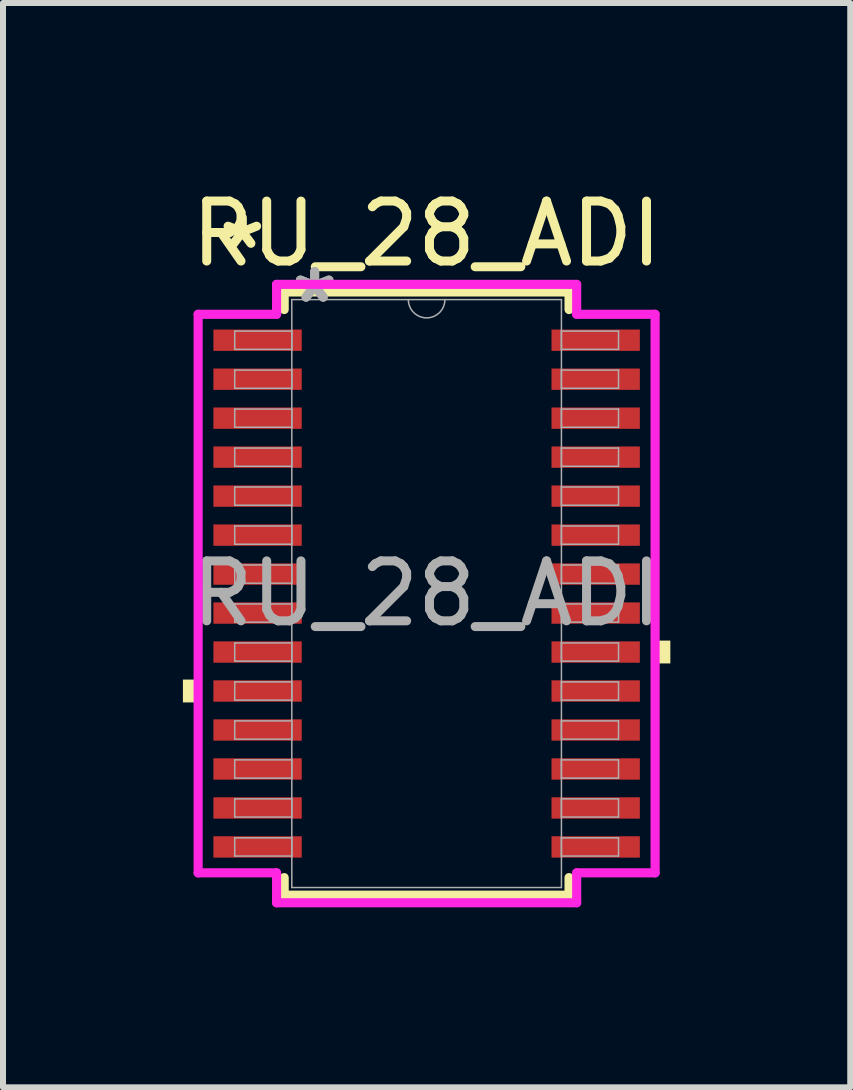
<source format=kicad_pcb>
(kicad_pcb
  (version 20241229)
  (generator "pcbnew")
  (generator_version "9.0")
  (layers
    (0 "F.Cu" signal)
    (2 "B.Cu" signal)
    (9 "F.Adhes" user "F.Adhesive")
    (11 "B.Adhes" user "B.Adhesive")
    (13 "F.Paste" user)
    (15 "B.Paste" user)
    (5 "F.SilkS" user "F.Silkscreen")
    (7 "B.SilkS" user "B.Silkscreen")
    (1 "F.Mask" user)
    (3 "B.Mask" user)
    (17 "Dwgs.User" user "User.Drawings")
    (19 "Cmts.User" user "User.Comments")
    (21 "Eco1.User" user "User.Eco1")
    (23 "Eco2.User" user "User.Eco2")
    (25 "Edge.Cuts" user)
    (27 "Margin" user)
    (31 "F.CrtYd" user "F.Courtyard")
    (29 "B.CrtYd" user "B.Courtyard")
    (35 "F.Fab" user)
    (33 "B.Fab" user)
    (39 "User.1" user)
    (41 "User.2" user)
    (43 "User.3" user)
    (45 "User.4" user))
  (footprint "RU_28_ADI"
    (layer "F.Cu")
    (at 4.064 6.848)
    (property "Reference" "RU_28_ADI" (at 0 -6 0) (unlocked yes) (layer "F.SilkS") (effects (font (size 1 1) (thickness 0.15))))
    (attr smd)
    (fp_line (start -2.375 -5.029) (end -2.375 -4.736) (stroke (width 0.152) (type solid)) (layer "F.SilkS"))
    (fp_line (start -2.375 4.736) (end -2.375 5.029) (stroke (width 0.152) (type solid)) (layer "F.SilkS"))
    (fp_line (start -2.375 5.029) (end 2.375 5.029) (stroke (width 0.152) (type solid)) (layer "F.SilkS"))
    (fp_line (start 2.375 -5.029) (end -2.375 -5.029) (stroke (width 0.152) (type solid)) (layer "F.SilkS"))
    (fp_line (start 2.375 -4.736) (end 2.375 -5.029) (stroke (width 0.152) (type solid)) (layer "F.SilkS"))
    (fp_line (start 2.375 5.029) (end 2.375 4.736) (stroke (width 0.152) (type solid)) (layer "F.SilkS"))
    (fp_poly (pts (xy -4.064 1.434) (xy -4.064 1.815) (xy -3.81 1.815) (xy -3.81 1.434)) (stroke (width 0) (type solid)) (fill yes) (layer "F.SilkS"))
    (fp_poly (pts (xy 4.064 0.784) (xy 4.064 1.165) (xy 3.81 1.165) (xy 3.81 0.784)) (stroke (width 0) (type solid)) (fill yes) (layer "F.SilkS"))
    (fp_line (start -3.81 -4.657) (end -2.502 -4.657) (stroke (width 0.152) (type solid)) (layer "F.CrtYd"))
    (fp_line (start -3.81 4.657) (end -3.81 -4.657) (stroke (width 0.152) (type solid)) (layer "F.CrtYd"))
    (fp_line (start -3.81 4.657) (end -2.502 4.657) (stroke (width 0.152) (type solid)) (layer "F.CrtYd"))
    (fp_line (start -2.502 -5.156) (end 2.502 -5.156) (stroke (width 0.152) (type solid)) (layer "F.CrtYd"))
    (fp_line (start -2.502 -4.657) (end -2.502 -5.156) (stroke (width 0.152) (type solid)) (layer "F.CrtYd"))
    (fp_line (start -2.502 5.156) (end -2.502 4.657) (stroke (width 0.152) (type solid)) (layer "F.CrtYd"))
    (fp_line (start 2.502 -5.156) (end 2.502 -4.657) (stroke (width 0.152) (type solid)) (layer "F.CrtYd"))
    (fp_line (start 2.502 4.657) (end 2.502 5.156) (stroke (width 0.152) (type solid)) (layer "F.CrtYd"))
    (fp_line (start 2.502 5.156) (end -2.502 5.156) (stroke (width 0.152) (type solid)) (layer "F.CrtYd"))
    (fp_line (start 3.81 -4.657) (end 2.502 -4.657) (stroke (width 0.152) (type solid)) (layer "F.CrtYd"))
    (fp_line (start 3.81 -4.657) (end 3.81 4.657) (stroke (width 0.152) (type solid)) (layer "F.CrtYd"))
    (fp_line (start 3.81 4.657) (end 2.502 4.657) (stroke (width 0.152) (type solid)) (layer "F.CrtYd"))
    (fp_line (start -3.2 -4.377) (end -3.2 -4.073) (stroke (width 0.025) (type solid)) (layer "F.Fab"))
    (fp_line (start -3.2 -4.073) (end -2.248 -4.073) (stroke (width 0.025) (type solid)) (layer "F.Fab"))
    (fp_line (start -3.2 -3.727) (end -3.2 -3.423) (stroke (width 0.025) (type solid)) (layer "F.Fab"))
    (fp_line (start -3.2 -3.423) (end -2.248 -3.423) (stroke (width 0.025) (type solid)) (layer "F.Fab"))
    (fp_line (start -3.2 -3.077) (end -3.2 -2.773) (stroke (width 0.025) (type solid)) (layer "F.Fab"))
    (fp_line (start -3.2 -2.773) (end -2.248 -2.773) (stroke (width 0.025) (type solid)) (layer "F.Fab"))
    (fp_line (start -3.2 -2.427) (end -3.2 -2.123) (stroke (width 0.025) (type solid)) (layer "F.Fab"))
    (fp_line (start -3.2 -2.123) (end -2.248 -2.123) (stroke (width 0.025) (type solid)) (layer "F.Fab"))
    (fp_line (start -3.2 -1.777) (end -3.2 -1.473) (stroke (width 0.025) (type solid)) (layer "F.Fab"))
    (fp_line (start -3.2 -1.473) (end -2.248 -1.473) (stroke (width 0.025) (type solid)) (layer "F.Fab"))
    (fp_line (start -3.2 -1.127) (end -3.2 -0.823) (stroke (width 0.025) (type solid)) (layer "F.Fab"))
    (fp_line (start -3.2 -0.823) (end -2.248 -0.823) (stroke (width 0.025) (type solid)) (layer "F.Fab"))
    (fp_line (start -3.2 -0.477) (end -3.2 -0.173) (stroke (width 0.025) (type solid)) (layer "F.Fab"))
    (fp_line (start -3.2 -0.173) (end -2.248 -0.173) (stroke (width 0.025) (type solid)) (layer "F.Fab"))
    (fp_line (start -3.2 0.173) (end -3.2 0.477) (stroke (width 0.025) (type solid)) (layer "F.Fab"))
    (fp_line (start -3.2 0.477) (end -2.248 0.477) (stroke (width 0.025) (type solid)) (layer "F.Fab"))
    (fp_line (start -3.2 0.823) (end -3.2 1.127) (stroke (width 0.025) (type solid)) (layer "F.Fab"))
    (fp_line (start -3.2 1.127) (end -2.248 1.127) (stroke (width 0.025) (type solid)) (layer "F.Fab"))
    (fp_line (start -3.2 1.473) (end -3.2 1.777) (stroke (width 0.025) (type solid)) (layer "F.Fab"))
    (fp_line (start -3.2 1.777) (end -2.248 1.777) (stroke (width 0.025) (type solid)) (layer "F.Fab"))
    (fp_line (start -3.2 2.123) (end -3.2 2.427) (stroke (width 0.025) (type solid)) (layer "F.Fab"))
    (fp_line (start -3.2 2.427) (end -2.248 2.427) (stroke (width 0.025) (type solid)) (layer "F.Fab"))
    (fp_line (start -3.2 2.773) (end -3.2 3.077) (stroke (width 0.025) (type solid)) (layer "F.Fab"))
    (fp_line (start -3.2 3.077) (end -2.248 3.077) (stroke (width 0.025) (type solid)) (layer "F.Fab"))
    (fp_line (start -3.2 3.423) (end -3.2 3.727) (stroke (width 0.025) (type solid)) (layer "F.Fab"))
    (fp_line (start -3.2 3.727) (end -2.248 3.727) (stroke (width 0.025) (type solid)) (layer "F.Fab"))
    (fp_line (start -3.2 4.073) (end -3.2 4.377) (stroke (width 0.025) (type solid)) (layer "F.Fab"))
    (fp_line (start -3.2 4.377) (end -2.248 4.377) (stroke (width 0.025) (type solid)) (layer "F.Fab"))
    (fp_line (start -2.248 -4.902) (end -2.248 4.902) (stroke (width 0.025) (type solid)) (layer "F.Fab"))
    (fp_line (start -2.248 -4.377) (end -3.2 -4.377) (stroke (width 0.025) (type solid)) (layer "F.Fab"))
    (fp_line (start -2.248 -4.073) (end -2.248 -4.377) (stroke (width 0.025) (type solid)) (layer "F.Fab"))
    (fp_line (start -2.248 -3.727) (end -3.2 -3.727) (stroke (width 0.025) (type solid)) (layer "F.Fab"))
    (fp_line (start -2.248 -3.423) (end -2.248 -3.727) (stroke (width 0.025) (type solid)) (layer "F.Fab"))
    (fp_line (start -2.248 -3.077) (end -3.2 -3.077) (stroke (width 0.025) (type solid)) (layer "F.Fab"))
    (fp_line (start -2.248 -2.773) (end -2.248 -3.077) (stroke (width 0.025) (type solid)) (layer "F.Fab"))
    (fp_line (start -2.248 -2.427) (end -3.2 -2.427) (stroke (width 0.025) (type solid)) (layer "F.Fab"))
    (fp_line (start -2.248 -2.123) (end -2.248 -2.427) (stroke (width 0.025) (type solid)) (layer "F.Fab"))
    (fp_line (start -2.248 -1.777) (end -3.2 -1.777) (stroke (width 0.025) (type solid)) (layer "F.Fab"))
    (fp_line (start -2.248 -1.473) (end -2.248 -1.777) (stroke (width 0.025) (type solid)) (layer "F.Fab"))
    (fp_line (start -2.248 -1.127) (end -3.2 -1.127) (stroke (width 0.025) (type solid)) (layer "F.Fab"))
    (fp_line (start -2.248 -0.823) (end -2.248 -1.127) (stroke (width 0.025) (type solid)) (layer "F.Fab"))
    (fp_line (start -2.248 -0.477) (end -3.2 -0.477) (stroke (width 0.025) (type solid)) (layer "F.Fab"))
    (fp_line (start -2.248 -0.173) (end -2.248 -0.477) (stroke (width 0.025) (type solid)) (layer "F.Fab"))
    (fp_line (start -2.248 0.173) (end -3.2 0.173) (stroke (width 0.025) (type solid)) (layer "F.Fab"))
    (fp_line (start -2.248 0.477) (end -2.248 0.173) (stroke (width 0.025) (type solid)) (layer "F.Fab"))
    (fp_line (start -2.248 0.823) (end -3.2 0.823) (stroke (width 0.025) (type solid)) (layer "F.Fab"))
    (fp_line (start -2.248 1.127) (end -2.248 0.823) (stroke (width 0.025) (type solid)) (layer "F.Fab"))
    (fp_line (start -2.248 1.473) (end -3.2 1.473) (stroke (width 0.025) (type solid)) (layer "F.Fab"))
    (fp_line (start -2.248 1.777) (end -2.248 1.473) (stroke (width 0.025) (type solid)) (layer "F.Fab"))
    (fp_line (start -2.248 2.123) (end -3.2 2.123) (stroke (width 0.025) (type solid)) (layer "F.Fab"))
    (fp_line (start -2.248 2.427) (end -2.248 2.123) (stroke (width 0.025) (type solid)) (layer "F.Fab"))
    (fp_line (start -2.248 2.773) (end -3.2 2.773) (stroke (width 0.025) (type solid)) (layer "F.Fab"))
    (fp_line (start -2.248 3.077) (end -2.248 2.773) (stroke (width 0.025) (type solid)) (layer "F.Fab"))
    (fp_line (start -2.248 3.423) (end -3.2 3.423) (stroke (width 0.025) (type solid)) (layer "F.Fab"))
    (fp_line (start -2.248 3.727) (end -2.248 3.423) (stroke (width 0.025) (type solid)) (layer "F.Fab"))
    (fp_line (start -2.248 4.073) (end -3.2 4.073) (stroke (width 0.025) (type solid)) (layer "F.Fab"))
    (fp_line (start -2.248 4.377) (end -2.248 4.073) (stroke (width 0.025) (type solid)) (layer "F.Fab"))
    (fp_line (start -2.248 4.902) (end 2.248 4.902) (stroke (width 0.025) (type solid)) (layer "F.Fab"))
    (fp_line (start 2.248 -4.902) (end -2.248 -4.902) (stroke (width 0.025) (type solid)) (layer "F.Fab"))
    (fp_line (start 2.248 -4.377) (end 2.248 -4.073) (stroke (width 0.025) (type solid)) (layer "F.Fab"))
    (fp_line (start 2.248 -4.073) (end 3.2 -4.073) (stroke (width 0.025) (type solid)) (layer "F.Fab"))
    (fp_line (start 2.248 -3.727) (end 2.248 -3.423) (stroke (width 0.025) (type solid)) (layer "F.Fab"))
    (fp_line (start 2.248 -3.423) (end 3.2 -3.423) (stroke (width 0.025) (type solid)) (layer "F.Fab"))
    (fp_line (start 2.248 -3.077) (end 2.248 -2.773) (stroke (width 0.025) (type solid)) (layer "F.Fab"))
    (fp_line (start 2.248 -2.773) (end 3.2 -2.773) (stroke (width 0.025) (type solid)) (layer "F.Fab"))
    (fp_line (start 2.248 -2.427) (end 2.248 -2.123) (stroke (width 0.025) (type solid)) (layer "F.Fab"))
    (fp_line (start 2.248 -2.123) (end 3.2 -2.123) (stroke (width 0.025) (type solid)) (layer "F.Fab"))
    (fp_line (start 2.248 -1.777) (end 2.248 -1.473) (stroke (width 0.025) (type solid)) (layer "F.Fab"))
    (fp_line (start 2.248 -1.473) (end 3.2 -1.473) (stroke (width 0.025) (type solid)) (layer "F.Fab"))
    (fp_line (start 2.248 -1.127) (end 2.248 -0.823) (stroke (width 0.025) (type solid)) (layer "F.Fab"))
    (fp_line (start 2.248 -0.823) (end 3.2 -0.823) (stroke (width 0.025) (type solid)) (layer "F.Fab"))
    (fp_line (start 2.248 -0.477) (end 2.248 -0.173) (stroke (width 0.025) (type solid)) (layer "F.Fab"))
    (fp_line (start 2.248 -0.173) (end 3.2 -0.173) (stroke (width 0.025) (type solid)) (layer "F.Fab"))
    (fp_line (start 2.248 0.173) (end 2.248 0.477) (stroke (width 0.025) (type solid)) (layer "F.Fab"))
    (fp_line (start 2.248 0.477) (end 3.2 0.477) (stroke (width 0.025) (type solid)) (layer "F.Fab"))
    (fp_line (start 2.248 0.823) (end 2.248 1.127) (stroke (width 0.025) (type solid)) (layer "F.Fab"))
    (fp_line (start 2.248 1.127) (end 3.2 1.127) (stroke (width 0.025) (type solid)) (layer "F.Fab"))
    (fp_line (start 2.248 1.473) (end 2.248 1.777) (stroke (width 0.025) (type solid)) (layer "F.Fab"))
    (fp_line (start 2.248 1.777) (end 3.2 1.777) (stroke (width 0.025) (type solid)) (layer "F.Fab"))
    (fp_line (start 2.248 2.123) (end 2.248 2.427) (stroke (width 0.025) (type solid)) (layer "F.Fab"))
    (fp_line (start 2.248 2.427) (end 3.2 2.427) (stroke (width 0.025) (type solid)) (layer "F.Fab"))
    (fp_line (start 2.248 2.773) (end 2.248 3.077) (stroke (width 0.025) (type solid)) (layer "F.Fab"))
    (fp_line (start 2.248 3.077) (end 3.2 3.077) (stroke (width 0.025) (type solid)) (layer "F.Fab"))
    (fp_line (start 2.248 3.423) (end 2.248 3.727) (stroke (width 0.025) (type solid)) (layer "F.Fab"))
    (fp_line (start 2.248 3.727) (end 3.2 3.727) (stroke (width 0.025) (type solid)) (layer "F.Fab"))
    (fp_line (start 2.248 4.073) (end 2.248 4.377) (stroke (width 0.025) (type solid)) (layer "F.Fab"))
    (fp_line (start 2.248 4.377) (end 3.2 4.377) (stroke (width 0.025) (type solid)) (layer "F.Fab"))
    (fp_line (start 2.248 4.902) (end 2.248 -4.902) (stroke (width 0.025) (type solid)) (layer "F.Fab"))
    (fp_line (start 3.2 -4.377) (end 2.248 -4.377) (stroke (width 0.025) (type solid)) (layer "F.Fab"))
    (fp_line (start 3.2 -4.073) (end 3.2 -4.377) (stroke (width 0.025) (type solid)) (layer "F.Fab"))
    (fp_line (start 3.2 -3.727) (end 2.248 -3.727) (stroke (width 0.025) (type solid)) (layer "F.Fab"))
    (fp_line (start 3.2 -3.423) (end 3.2 -3.727) (stroke (width 0.025) (type solid)) (layer "F.Fab"))
    (fp_line (start 3.2 -3.077) (end 2.248 -3.077) (stroke (width 0.025) (type solid)) (layer "F.Fab"))
    (fp_line (start 3.2 -2.773) (end 3.2 -3.077) (stroke (width 0.025) (type solid)) (layer "F.Fab"))
    (fp_line (start 3.2 -2.427) (end 2.248 -2.427) (stroke (width 0.025) (type solid)) (layer "F.Fab"))
    (fp_line (start 3.2 -2.123) (end 3.2 -2.427) (stroke (width 0.025) (type solid)) (layer "F.Fab"))
    (fp_line (start 3.2 -1.777) (end 2.248 -1.777) (stroke (width 0.025) (type solid)) (layer "F.Fab"))
    (fp_line (start 3.2 -1.473) (end 3.2 -1.777) (stroke (width 0.025) (type solid)) (layer "F.Fab"))
    (fp_line (start 3.2 -1.127) (end 2.248 -1.127) (stroke (width 0.025) (type solid)) (layer "F.Fab"))
    (fp_line (start 3.2 -0.823) (end 3.2 -1.127) (stroke (width 0.025) (type solid)) (layer "F.Fab"))
    (fp_line (start 3.2 -0.477) (end 2.248 -0.477) (stroke (width 0.025) (type solid)) (layer "F.Fab"))
    (fp_line (start 3.2 -0.173) (end 3.2 -0.477) (stroke (width 0.025) (type solid)) (layer "F.Fab"))
    (fp_line (start 3.2 0.173) (end 2.248 0.173) (stroke (width 0.025) (type solid)) (layer "F.Fab"))
    (fp_line (start 3.2 0.477) (end 3.2 0.173) (stroke (width 0.025) (type solid)) (layer "F.Fab"))
    (fp_line (start 3.2 0.823) (end 2.248 0.823) (stroke (width 0.025) (type solid)) (layer "F.Fab"))
    (fp_line (start 3.2 1.127) (end 3.2 0.823) (stroke (width 0.025) (type solid)) (layer "F.Fab"))
    (fp_line (start 3.2 1.473) (end 2.248 1.473) (stroke (width 0.025) (type solid)) (layer "F.Fab"))
    (fp_line (start 3.2 1.777) (end 3.2 1.473) (stroke (width 0.025) (type solid)) (layer "F.Fab"))
    (fp_line (start 3.2 2.123) (end 2.248 2.123) (stroke (width 0.025) (type solid)) (layer "F.Fab"))
    (fp_line (start 3.2 2.427) (end 3.2 2.123) (stroke (width 0.025) (type solid)) (layer "F.Fab"))
    (fp_line (start 3.2 2.773) (end 2.248 2.773) (stroke (width 0.025) (type solid)) (layer "F.Fab"))
    (fp_line (start 3.2 3.077) (end 3.2 2.773) (stroke (width 0.025) (type solid)) (layer "F.Fab"))
    (fp_line (start 3.2 3.423) (end 2.248 3.423) (stroke (width 0.025) (type solid)) (layer "F.Fab"))
    (fp_line (start 3.2 3.727) (end 3.2 3.423) (stroke (width 0.025) (type solid)) (layer "F.Fab"))
    (fp_line (start 3.2 4.073) (end 2.248 4.073) (stroke (width 0.025) (type solid)) (layer "F.Fab"))
    (fp_line (start 3.2 4.377) (end 3.2 4.073) (stroke (width 0.025) (type solid)) (layer "F.Fab"))
    (fp_arc (start 0.3048 -4.9022) (mid 0 -4.5974) (end -0.3048 -4.9022) (stroke (width 0.0254) (type solid)) (layer "F.Fab"))
    (fp_text user "*" (at -3.073 -5.724 0) (unlocked yes) (layer "F.SilkS") (effects (font (size 1 1) (thickness 0.15))))
    (fp_text user "*" (at -1.867 -4.826 0) (layer "F.Fab") (effects (font (size 1 1) (thickness 0.15))))
    (fp_text user "${REFERENCE}" (at 0 0 0) (unlocked yes) (layer "F.Fab") (effects (font (size 1 1) (thickness 0.15))))
    (fp_text user "*" (at -1.867 -4.826 0) (unlocked yes) (layer "F.Fab") (effects (font (size 1 1) (thickness 0.15))))
    (pad "1" smd rect (at -2.819 -4.225) (size 1.473 0.356) (layers "F.Cu" "F.Mask" "F.Paste"))
    (pad "2" smd rect (at -2.819 -3.575) (size 1.473 0.356) (layers "F.Cu" "F.Mask" "F.Paste"))
    (pad "3" smd rect (at -2.819 -2.925) (size 1.473 0.356) (layers "F.Cu" "F.Mask" "F.Paste"))
    (pad "4" smd rect (at -2.819 -2.275) (size 1.473 0.356) (layers "F.Cu" "F.Mask" "F.Paste"))
    (pad "5" smd rect (at -2.819 -1.625) (size 1.473 0.356) (layers "F.Cu" "F.Mask" "F.Paste"))
    (pad "6" smd rect (at -2.819 -0.975) (size 1.473 0.356) (layers "F.Cu" "F.Mask" "F.Paste"))
    (pad "7" smd rect (at -2.819 -0.325) (size 1.473 0.356) (layers "F.Cu" "F.Mask" "F.Paste"))
    (pad "8" smd rect (at -2.819 0.325) (size 1.473 0.356) (layers "F.Cu" "F.Mask" "F.Paste"))
    (pad "9" smd rect (at -2.819 0.975) (size 1.473 0.356) (layers "F.Cu" "F.Mask" "F.Paste"))
    (pad "10" smd rect (at -2.819 1.625) (size 1.473 0.356) (layers "F.Cu" "F.Mask" "F.Paste"))
    (pad "11" smd rect (at -2.819 2.275) (size 1.473 0.356) (layers "F.Cu" "F.Mask" "F.Paste"))
    (pad "12" smd rect (at -2.819 2.925) (size 1.473 0.356) (layers "F.Cu" "F.Mask" "F.Paste"))
    (pad "13" smd rect (at -2.819 3.575) (size 1.473 0.356) (layers "F.Cu" "F.Mask" "F.Paste"))
    (pad "14" smd rect (at -2.819 4.225) (size 1.473 0.356) (layers "F.Cu" "F.Mask" "F.Paste"))
    (pad "15" smd rect (at 2.819 4.225) (size 1.473 0.356) (layers "F.Cu" "F.Mask" "F.Paste"))
    (pad "16" smd rect (at 2.819 3.575) (size 1.473 0.356) (layers "F.Cu" "F.Mask" "F.Paste"))
    (pad "17" smd rect (at 2.819 2.925) (size 1.473 0.356) (layers "F.Cu" "F.Mask" "F.Paste"))
    (pad "18" smd rect (at 2.819 2.275) (size 1.473 0.356) (layers "F.Cu" "F.Mask" "F.Paste"))
    (pad "19" smd rect (at 2.819 1.625) (size 1.473 0.356) (layers "F.Cu" "F.Mask" "F.Paste"))
    (pad "20" smd rect (at 2.819 0.975) (size 1.473 0.356) (layers "F.Cu" "F.Mask" "F.Paste"))
    (pad "21" smd rect (at 2.819 0.325) (size 1.473 0.356) (layers "F.Cu" "F.Mask" "F.Paste"))
    (pad "22" smd rect (at 2.819 -0.325) (size 1.473 0.356) (layers "F.Cu" "F.Mask" "F.Paste"))
    (pad "23" smd rect (at 2.819 -0.975) (size 1.473 0.356) (layers "F.Cu" "F.Mask" "F.Paste"))
    (pad "24" smd rect (at 2.819 -1.625) (size 1.473 0.356) (layers "F.Cu" "F.Mask" "F.Paste"))
    (pad "25" smd rect (at 2.819 -2.275) (size 1.473 0.356) (layers "F.Cu" "F.Mask" "F.Paste"))
    (pad "26" smd rect (at 2.819 -2.925) (size 1.473 0.356) (layers "F.Cu" "F.Mask" "F.Paste"))
    (pad "27" smd rect (at 2.819 -3.575) (size 1.473 0.356) (layers "F.Cu" "F.Mask" "F.Paste"))
    (pad "28" smd rect (at 2.819 -4.225) (size 1.473 0.356) (layers "F.Cu" "F.Mask" "F.Paste")))
  (gr_rect
    (start -3 -3)
    (end 11.128 15.081)
    (stroke (width 0.1) (type default))
    (fill no)
    (layer "Edge.Cuts")))
</source>
